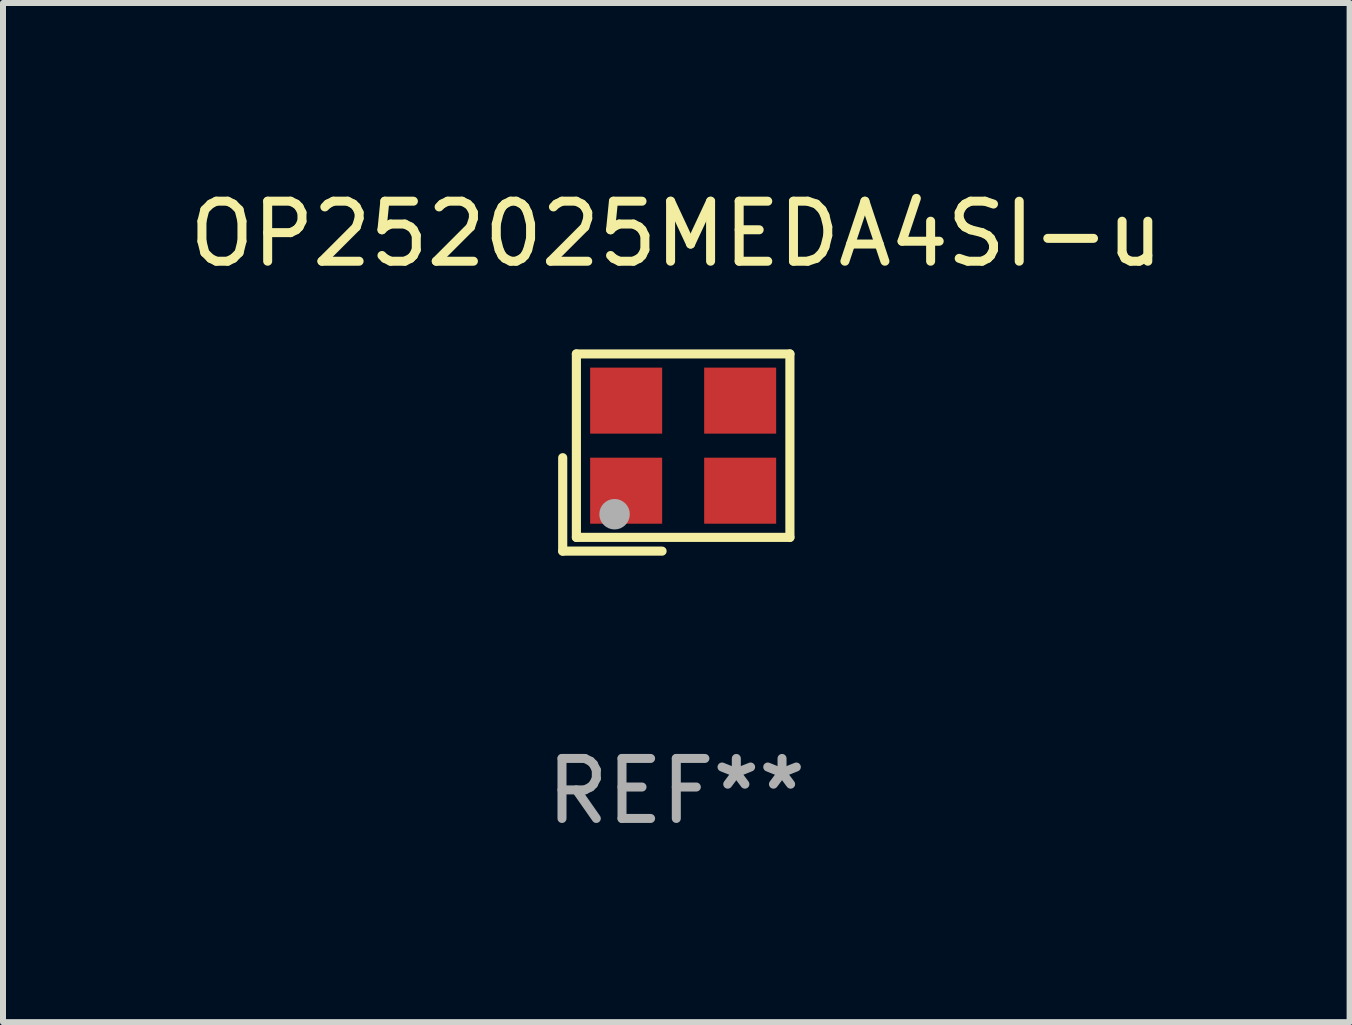
<source format=kicad_pcb>
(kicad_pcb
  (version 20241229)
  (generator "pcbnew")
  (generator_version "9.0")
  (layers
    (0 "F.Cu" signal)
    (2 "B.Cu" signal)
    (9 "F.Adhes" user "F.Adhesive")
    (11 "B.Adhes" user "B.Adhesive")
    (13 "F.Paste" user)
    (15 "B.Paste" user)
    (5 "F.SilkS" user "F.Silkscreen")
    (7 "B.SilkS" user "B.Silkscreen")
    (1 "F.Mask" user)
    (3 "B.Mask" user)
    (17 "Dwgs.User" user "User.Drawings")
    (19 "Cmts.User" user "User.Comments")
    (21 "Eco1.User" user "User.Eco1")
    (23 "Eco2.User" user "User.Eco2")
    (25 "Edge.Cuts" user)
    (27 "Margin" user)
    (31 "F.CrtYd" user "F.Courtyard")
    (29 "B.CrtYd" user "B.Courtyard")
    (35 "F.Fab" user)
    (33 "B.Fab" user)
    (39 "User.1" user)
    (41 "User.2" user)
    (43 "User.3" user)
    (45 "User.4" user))
  (footprint "OP252025MEDA4SI-u"
    (layer "F.Cu")
    (at 8.22 4.491)
    (property "Reference" "OP252025MEDA4SI-u" (at 0 -3.643 0) (layer "F.SilkS") (effects (font (size 1 1) (thickness 0.15))))
    (attr through_hole)
    (fp_line (start -1.893 0.086) (end -1.893 1.643) (stroke (width 0.152) (type solid)) (layer "F.SilkS"))
    (fp_line (start -1.893 1.643) (end -0.237 1.643) (stroke (width 0.152) (type solid)) (layer "F.SilkS"))
    (fp_line (start -1.665 -1.643) (end 1.893 -1.643) (stroke (width 0.152) (type solid)) (layer "F.SilkS"))
    (fp_line (start -1.665 1.414) (end -1.665 -1.643) (stroke (width 0.152) (type solid)) (layer "F.SilkS"))
    (fp_line (start 1.893 -1.643) (end 1.893 1.414) (stroke (width 0.152) (type solid)) (layer "F.SilkS"))
    (fp_line (start 1.893 1.414) (end -1.665 1.414) (stroke (width 0.152) (type solid)) (layer "F.SilkS"))
    (fp_circle (center -1.136 0.885) (end -1.106 0.885) (stroke (width 0.06) (type solid)) (fill no) (layer "F.SilkS"))
    (fp_circle (center -1.029 1.028) (end -0.902 1.028) (stroke (width 0.254) (type solid)) (fill no) (layer "F.Fab"))
    (fp_text user "REF**" (at 0 5.643 0) (layer "F.Fab") (effects (font (size 1 1) (thickness 0.15))))
    (pad "1" smd rect (at -0.836 0.636) (size 1.2 1.1) (layers "F.Cu" "F.Mask" "F.Paste"))
    (pad "2" smd rect (at 1.064 0.636) (size 1.2 1.1) (layers "F.Cu" "F.Mask" "F.Paste"))
    (pad "3" smd rect (at 1.064 -0.865) (size 1.2 1.1) (layers "F.Cu" "F.Mask" "F.Paste"))
    (pad "4" smd rect (at -0.836 -0.865) (size 1.2 1.1) (layers "F.Cu" "F.Mask" "F.Paste")))
  (gr_rect
    (start -3 -3)
    (end 19.44 13.983)
    (stroke (width 0.1) (type default))
    (fill no)
    (layer "Edge.Cuts")))
</source>
